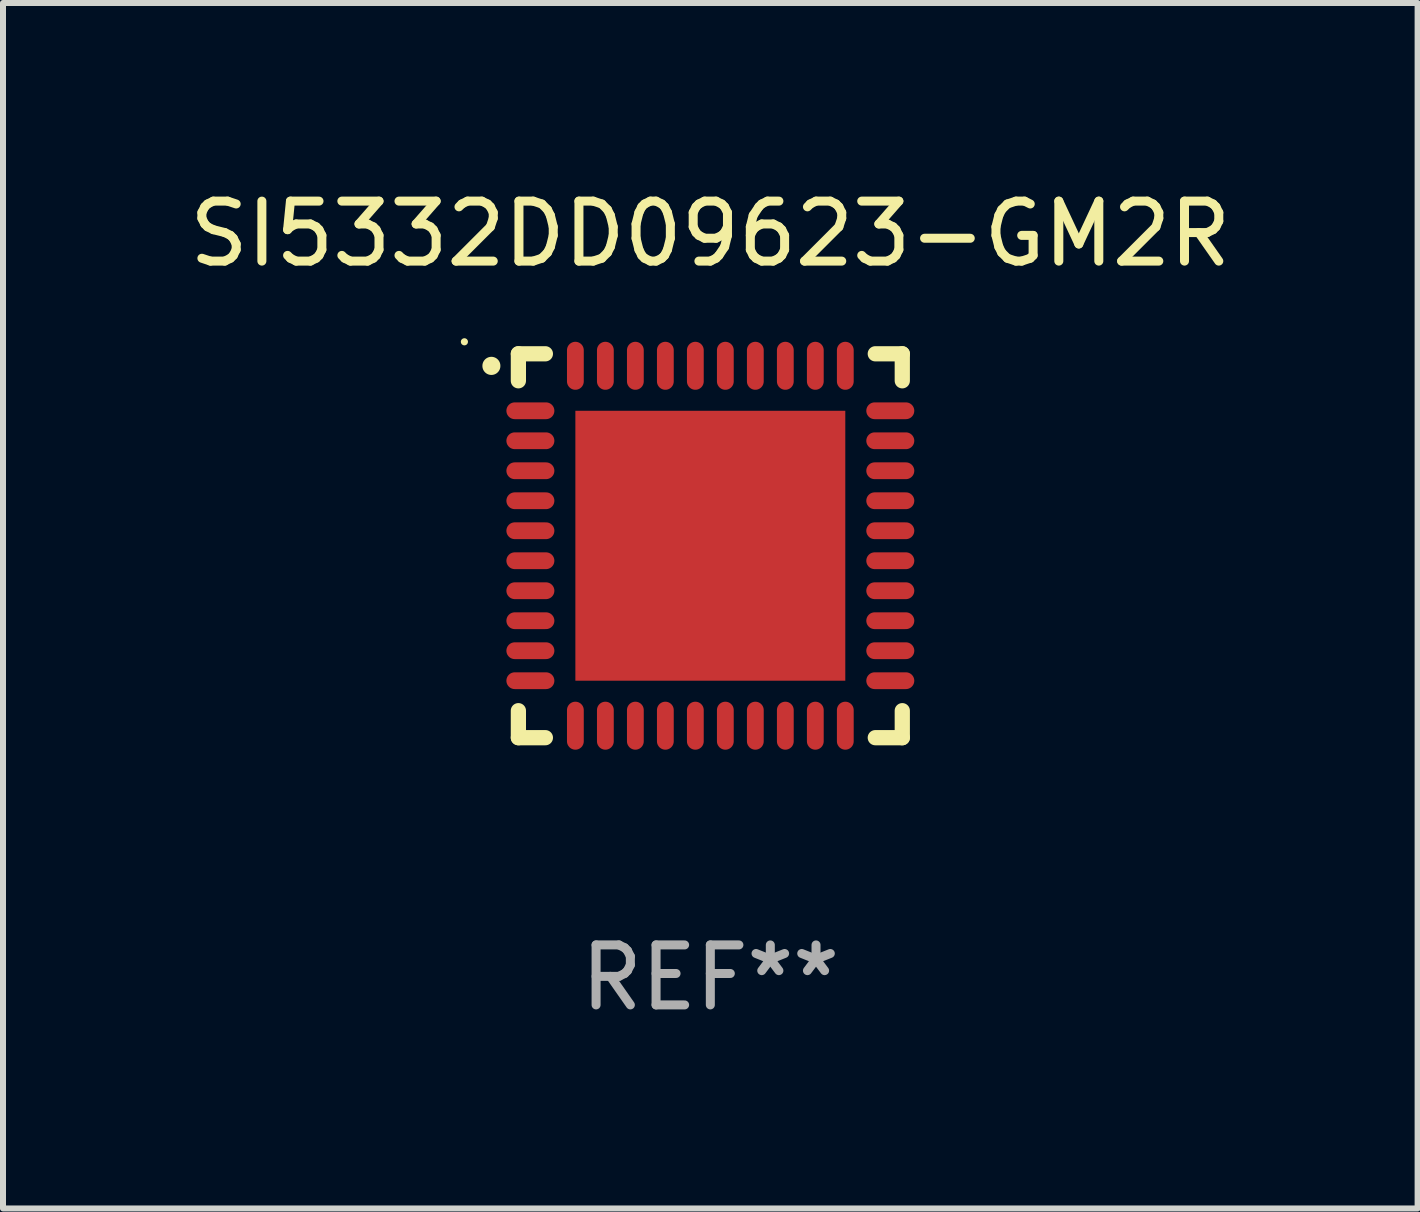
<source format=kicad_pcb>
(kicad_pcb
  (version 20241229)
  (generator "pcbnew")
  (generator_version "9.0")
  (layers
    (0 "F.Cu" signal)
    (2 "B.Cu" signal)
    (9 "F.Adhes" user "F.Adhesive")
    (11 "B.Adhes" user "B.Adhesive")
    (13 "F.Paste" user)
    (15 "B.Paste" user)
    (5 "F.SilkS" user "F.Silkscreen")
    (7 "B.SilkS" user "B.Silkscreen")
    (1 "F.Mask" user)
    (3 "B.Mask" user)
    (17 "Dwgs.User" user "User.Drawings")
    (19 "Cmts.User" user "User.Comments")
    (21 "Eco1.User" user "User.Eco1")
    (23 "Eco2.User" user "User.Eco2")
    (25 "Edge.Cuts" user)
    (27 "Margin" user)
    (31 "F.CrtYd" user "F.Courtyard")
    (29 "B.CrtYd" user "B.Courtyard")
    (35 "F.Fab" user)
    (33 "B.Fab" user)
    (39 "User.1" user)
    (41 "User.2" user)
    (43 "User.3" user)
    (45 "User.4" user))
  (footprint "SI5332DD09623-GM2R"
    (layer "F.Cu")
    (at 8.792 6.048)
    (property "Reference" "SI5332DD09623-GM2R" (at 0 -5.2 0) (layer "F.SilkS") (effects (font (size 1 1) (thickness 0.15))))
    (attr through_hole)
    (fp_line (start -3.2 -3.2) (end -2.75 -3.2) (stroke (width 0.254) (type solid)) (layer "F.SilkS"))
    (fp_line (start -3.2 -2.75) (end -3.2 -3.2) (stroke (width 0.254) (type solid)) (layer "F.SilkS"))
    (fp_line (start -3.2 3.2) (end -3.2 2.75) (stroke (width 0.254) (type solid)) (layer "F.SilkS"))
    (fp_line (start -2.75 3.2) (end -3.2 3.2) (stroke (width 0.254) (type solid)) (layer "F.SilkS"))
    (fp_line (start 2.75 3.2) (end 3.2 3.2) (stroke (width 0.254) (type solid)) (layer "F.SilkS"))
    (fp_line (start 3.2 -3.2) (end 2.75 -3.2) (stroke (width 0.254) (type solid)) (layer "F.SilkS"))
    (fp_line (start 3.2 -2.75) (end 3.2 -3.2) (stroke (width 0.254) (type solid)) (layer "F.SilkS"))
    (fp_line (start 3.2 3.2) (end 3.2 2.75) (stroke (width 0.254) (type solid)) (layer "F.SilkS"))
    (fp_arc (start -3.649987 -2.997206) (mid -3.649992 -2.998476) (end -3.649987 -2.999746) (stroke (width 0.3) (type solid)) (layer "F.SilkS"))
    (fp_circle (center -4.1 -3.4) (end -4.07 -3.4) (stroke (width 0.06) (type solid)) (fill no) (layer "F.SilkS"))
    (fp_text user "REF**" (at 0 7.2 0) (layer "F.Fab") (effects (font (size 1 1) (thickness 0.15))))
    (pad "1" smd oval (at -3 -2.25 90) (size 0.28 0.8) (layers "F.Cu" "F.Mask" "F.Paste"))
    (pad "2" smd oval (at -3 -1.75 90) (size 0.28 0.8) (layers "F.Cu" "F.Mask" "F.Paste"))
    (pad "3" smd oval (at -3 -1.25 90) (size 0.28 0.8) (layers "F.Cu" "F.Mask" "F.Paste"))
    (pad "4" smd oval (at -3 -0.75 90) (size 0.28 0.8) (layers "F.Cu" "F.Mask" "F.Paste"))
    (pad "5" smd oval (at -3 -0.25 90) (size 0.28 0.8) (layers "F.Cu" "F.Mask" "F.Paste"))
    (pad "6" smd oval (at -3 0.25 90) (size 0.28 0.8) (layers "F.Cu" "F.Mask" "F.Paste"))
    (pad "7" smd oval (at -3 0.75 90) (size 0.28 0.8) (layers "F.Cu" "F.Mask" "F.Paste"))
    (pad "8" smd oval (at -3 1.25 90) (size 0.28 0.8) (layers "F.Cu" "F.Mask" "F.Paste"))
    (pad "9" smd oval (at -3 1.75 90) (size 0.28 0.8) (layers "F.Cu" "F.Mask" "F.Paste"))
    (pad "10" smd oval (at -3 2.25 90) (size 0.28 0.8) (layers "F.Cu" "F.Mask" "F.Paste"))
    (pad "11" smd oval (at -2.25 3) (size 0.28 0.8) (layers "F.Cu" "F.Mask" "F.Paste"))
    (pad "12" smd oval (at -1.75 3) (size 0.28 0.8) (layers "F.Cu" "F.Mask" "F.Paste"))
    (pad "13" smd oval (at -1.25 3) (size 0.28 0.8) (layers "F.Cu" "F.Mask" "F.Paste"))
    (pad "14" smd oval (at -0.75 3) (size 0.28 0.8) (layers "F.Cu" "F.Mask" "F.Paste"))
    (pad "15" smd oval (at -0.25 3) (size 0.28 0.8) (layers "F.Cu" "F.Mask" "F.Paste"))
    (pad "16" smd oval (at 0.25 3) (size 0.28 0.8) (layers "F.Cu" "F.Mask" "F.Paste"))
    (pad "17" smd oval (at 0.75 3) (size 0.28 0.8) (layers "F.Cu" "F.Mask" "F.Paste"))
    (pad "18" smd oval (at 1.25 3) (size 0.28 0.8) (layers "F.Cu" "F.Mask" "F.Paste"))
    (pad "19" smd oval (at 1.75 3) (size 0.28 0.8) (layers "F.Cu" "F.Mask" "F.Paste"))
    (pad "20" smd oval (at 2.25 3) (size 0.28 0.8) (layers "F.Cu" "F.Mask" "F.Paste"))
    (pad "21" smd oval (at 3 2.25 90) (size 0.28 0.8) (layers "F.Cu" "F.Mask" "F.Paste"))
    (pad "22" smd oval (at 3 1.75 90) (size 0.28 0.8) (layers "F.Cu" "F.Mask" "F.Paste"))
    (pad "23" smd oval (at 3 1.25 90) (size 0.28 0.8) (layers "F.Cu" "F.Mask" "F.Paste"))
    (pad "24" smd oval (at 3 0.75 90) (size 0.28 0.8) (layers "F.Cu" "F.Mask" "F.Paste"))
    (pad "25" smd oval (at 3 0.25 90) (size 0.28 0.8) (layers "F.Cu" "F.Mask" "F.Paste"))
    (pad "26" smd oval (at 3 -0.25 90) (size 0.28 0.8) (layers "F.Cu" "F.Mask" "F.Paste"))
    (pad "27" smd oval (at 3 -0.75 90) (size 0.28 0.8) (layers "F.Cu" "F.Mask" "F.Paste"))
    (pad "28" smd oval (at 3 -1.25 90) (size 0.28 0.8) (layers "F.Cu" "F.Mask" "F.Paste"))
    (pad "29" smd oval (at 3 -1.75 90) (size 0.28 0.8) (layers "F.Cu" "F.Mask" "F.Paste"))
    (pad "30" smd oval (at 3 -2.25 90) (size 0.28 0.8) (layers "F.Cu" "F.Mask" "F.Paste"))
    (pad "31" smd oval (at 2.25 -3) (size 0.28 0.8) (layers "F.Cu" "F.Mask" "F.Paste"))
    (pad "32" smd oval (at 1.75 -3) (size 0.28 0.8) (layers "F.Cu" "F.Mask" "F.Paste"))
    (pad "33" smd oval (at 1.25 -3) (size 0.28 0.8) (layers "F.Cu" "F.Mask" "F.Paste"))
    (pad "34" smd oval (at 0.75 -3) (size 0.28 0.8) (layers "F.Cu" "F.Mask" "F.Paste"))
    (pad "35" smd oval (at 0.25 -3) (size 0.28 0.8) (layers "F.Cu" "F.Mask" "F.Paste"))
    (pad "36" smd oval (at -0.25 -3) (size 0.28 0.8) (layers "F.Cu" "F.Mask" "F.Paste"))
    (pad "37" smd oval (at -0.75 -3) (size 0.28 0.8) (layers "F.Cu" "F.Mask" "F.Paste"))
    (pad "38" smd oval (at -1.25 -3) (size 0.28 0.8) (layers "F.Cu" "F.Mask" "F.Paste"))
    (pad "39" smd oval (at -1.75 -3) (size 0.28 0.8) (layers "F.Cu" "F.Mask" "F.Paste"))
    (pad "40" smd oval (at -2.25 -3) (size 0.28 0.8) (layers "F.Cu" "F.Mask" "F.Paste"))
    (pad "41" smd rect (at 0 0) (size 4.5 4.5) (layers "F.Cu" "F.Mask" "F.Paste")))
  (gr_rect
    (start -3 -3)
    (end 20.583 17.096)
    (stroke (width 0.1) (type default))
    (fill no)
    (layer "Edge.Cuts")))
</source>
